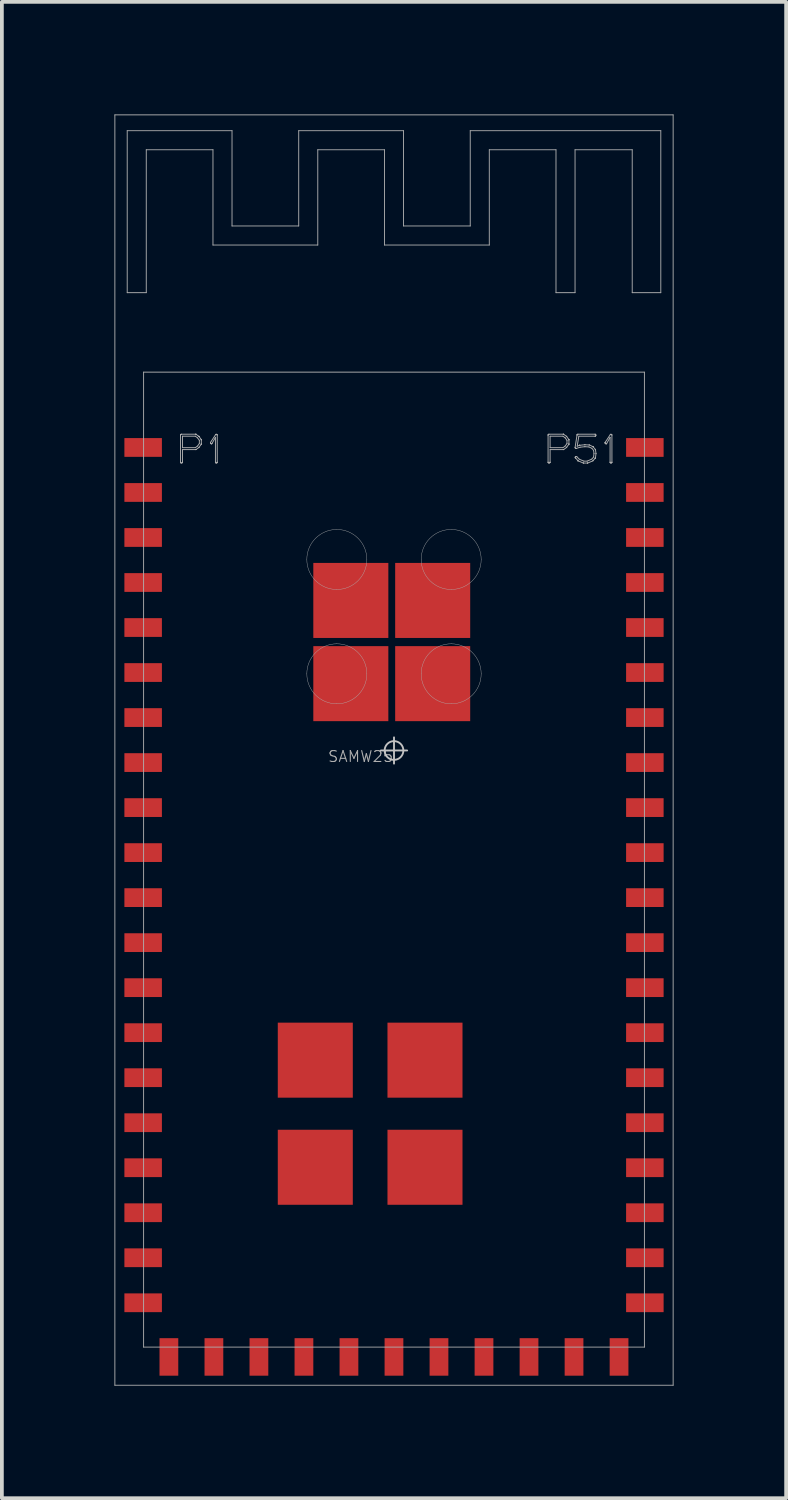
<source format=kicad_pcb>
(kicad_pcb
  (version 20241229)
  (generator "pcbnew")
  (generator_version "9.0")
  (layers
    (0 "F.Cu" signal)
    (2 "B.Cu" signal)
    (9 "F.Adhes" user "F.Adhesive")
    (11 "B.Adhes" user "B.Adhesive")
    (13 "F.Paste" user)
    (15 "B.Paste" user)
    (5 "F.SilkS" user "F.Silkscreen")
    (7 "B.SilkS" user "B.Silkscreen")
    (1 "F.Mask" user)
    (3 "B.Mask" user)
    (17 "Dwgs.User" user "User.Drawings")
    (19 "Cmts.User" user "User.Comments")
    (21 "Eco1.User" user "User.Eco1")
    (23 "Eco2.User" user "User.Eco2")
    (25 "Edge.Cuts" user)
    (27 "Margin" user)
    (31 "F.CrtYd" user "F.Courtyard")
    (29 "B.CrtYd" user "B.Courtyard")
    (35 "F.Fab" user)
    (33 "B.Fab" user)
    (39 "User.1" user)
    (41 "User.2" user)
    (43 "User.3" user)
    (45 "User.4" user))
  (footprint "SAMW25"
    (layer "F.Cu")
    (at 7.453 16.946)
    (property "Reference" "SAMW25" (at 0 0 180) (layer "F.Fab") (effects (font (size 0.29 0.29) (thickness 0.029)) (justify right top)))
    (attr through_hole)
    (fp_line (start 0 -0.34) (end 0 0.36) (stroke (width 0.05) (type solid)) (layer "Dwgs.User"))
    (fp_line (start 0.35 0.01) (end -0.35 0.01) (stroke (width 0.05) (type solid)) (layer "Dwgs.User"))
    (fp_circle (center 0 0.01) (end 0.25 0.01) (stroke (width 0.05) (type solid)) (fill no) (layer "Dwgs.User"))
    (fp_line (start -7.441 -16.934) (end -7.441 16.93) (stroke (width 0.024) (type solid)) (layer "F.Fab"))
    (fp_line (start -7.441 16.93) (end 7.441 16.93) (stroke (width 0.024) (type solid)) (layer "F.Fab"))
    (fp_line (start -7.112 -16.512) (end -4.318 -16.512) (stroke (width 0.024) (type solid)) (layer "F.Fab"))
    (fp_line (start -7.112 -12.194) (end -7.112 -16.512) (stroke (width 0.024) (type solid)) (layer "F.Fab"))
    (fp_line (start -6.675 -10.076) (end -6.675 15.914) (stroke (width 0.024) (type solid)) (layer "F.Fab"))
    (fp_line (start -6.675 15.914) (end 6.675 15.914) (stroke (width 0.024) (type solid)) (layer "F.Fab"))
    (fp_line (start -6.604 -16.004) (end -6.604 -12.194) (stroke (width 0.024) (type solid)) (layer "F.Fab"))
    (fp_line (start -6.604 -12.194) (end -7.112 -12.194) (stroke (width 0.024) (type solid)) (layer "F.Fab"))
    (fp_line (start -5.692 -8.401) (end -5.692 -8.395) (stroke (width 0.025) (type solid)) (layer "F.Fab"))
    (fp_line (start -5.692 -8.395) (end -5.692 -7.678) (stroke (width 0.025) (type solid)) (layer "F.Fab"))
    (fp_line (start -5.692 -7.678) (end -5.692 -7.672) (stroke (width 0.025) (type solid)) (layer "F.Fab"))
    (fp_line (start -5.692 -7.672) (end -5.69 -7.667) (stroke (width 0.025) (type solid)) (layer "F.Fab"))
    (fp_line (start -5.69 -8.405) (end -5.692 -8.401) (stroke (width 0.025) (type solid)) (layer "F.Fab"))
    (fp_line (start -5.69 -7.667) (end -5.688 -7.663) (stroke (width 0.025) (type solid)) (layer "F.Fab"))
    (fp_line (start -5.688 -8.409) (end -5.69 -8.405) (stroke (width 0.025) (type solid)) (layer "F.Fab"))
    (fp_line (start -5.688 -7.663) (end -5.684 -7.659) (stroke (width 0.025) (type solid)) (layer "F.Fab"))
    (fp_line (start -5.684 -8.412) (end -5.688 -8.409) (stroke (width 0.025) (type solid)) (layer "F.Fab"))
    (fp_line (start -5.684 -7.659) (end -5.676 -7.656) (stroke (width 0.025) (type solid)) (layer "F.Fab"))
    (fp_line (start -5.681 -8.416) (end -5.684 -8.412) (stroke (width 0.025) (type solid)) (layer "F.Fab"))
    (fp_line (start -5.677 -8.418) (end -5.681 -8.416) (stroke (width 0.025) (type solid)) (layer "F.Fab"))
    (fp_line (start -5.676 -7.656) (end -5.666 -7.654) (stroke (width 0.025) (type solid)) (layer "F.Fab"))
    (fp_line (start -5.673 -8.42) (end -5.677 -8.418) (stroke (width 0.025) (type solid)) (layer "F.Fab"))
    (fp_line (start -5.666 -8.421) (end -5.673 -8.42) (stroke (width 0.025) (type solid)) (layer "F.Fab"))
    (fp_line (start -5.666 -7.654) (end -5.657 -7.656) (stroke (width 0.025) (type solid)) (layer "F.Fab"))
    (fp_line (start -5.657 -7.656) (end -5.647 -7.66) (stroke (width 0.025) (type solid)) (layer "F.Fab"))
    (fp_line (start -5.647 -7.66) (end -5.644 -7.663) (stroke (width 0.025) (type solid)) (layer "F.Fab"))
    (fp_line (start -5.644 -7.663) (end -5.641 -7.667) (stroke (width 0.025) (type solid)) (layer "F.Fab"))
    (fp_line (start -5.641 -7.667) (end -5.64 -7.672) (stroke (width 0.025) (type solid)) (layer "F.Fab"))
    (fp_line (start -5.64 -7.672) (end -5.639 -7.678) (stroke (width 0.025) (type solid)) (layer "F.Fab"))
    (fp_line (start -5.639 -8.368) (end -5.297 -8.368) (stroke (width 0.025) (type solid)) (layer "F.Fab"))
    (fp_line (start -5.639 -8.062) (end -5.639 -8.368) (stroke (width 0.025) (type solid)) (layer "F.Fab"))
    (fp_line (start -5.639 -8.011) (end -5.289 -8.011) (stroke (width 0.025) (type solid)) (layer "F.Fab"))
    (fp_line (start -5.639 -7.678) (end -5.639 -8.011) (stroke (width 0.025) (type solid)) (layer "F.Fab"))
    (fp_line (start -5.297 -8.368) (end -5.237 -8.324) (stroke (width 0.025) (type solid)) (layer "F.Fab"))
    (fp_line (start -5.297 -8.062) (end -5.639 -8.062) (stroke (width 0.025) (type solid)) (layer "F.Fab"))
    (fp_line (start -5.289 -8.421) (end -5.666 -8.421) (stroke (width 0.025) (type solid)) (layer "F.Fab"))
    (fp_line (start -5.289 -8.011) (end -5.28 -8.011) (stroke (width 0.025) (type solid)) (layer "F.Fab"))
    (fp_line (start -5.285 -8.421) (end -5.289 -8.421) (stroke (width 0.025) (type solid)) (layer "F.Fab"))
    (fp_line (start -5.283 -8.421) (end -5.285 -8.421) (stroke (width 0.025) (type solid)) (layer "F.Fab"))
    (fp_line (start -5.282 -8.011) (end -5.279 -8.012) (stroke (width 0.025) (type solid)) (layer "F.Fab"))
    (fp_line (start -5.281 -8.42) (end -5.283 -8.421) (stroke (width 0.025) (type solid)) (layer "F.Fab"))
    (fp_line (start -5.28 -8.419) (end -5.281 -8.42) (stroke (width 0.025) (type solid)) (layer "F.Fab"))
    (fp_line (start -5.28 -8.011) (end -5.282 -8.011) (stroke (width 0.025) (type solid)) (layer "F.Fab"))
    (fp_line (start -5.279 -8.418) (end -5.28 -8.419) (stroke (width 0.025) (type solid)) (layer "F.Fab"))
    (fp_line (start -5.279 -8.012) (end -5.274 -8.015) (stroke (width 0.025) (type solid)) (layer "F.Fab"))
    (fp_line (start -5.278 -8.418) (end -5.279 -8.418) (stroke (width 0.025) (type solid)) (layer "F.Fab"))
    (fp_line (start -5.274 -8.416) (end -5.278 -8.418) (stroke (width 0.025) (type solid)) (layer "F.Fab"))
    (fp_line (start -5.274 -8.015) (end -5.202 -8.067) (stroke (width 0.025) (type solid)) (layer "F.Fab"))
    (fp_line (start -5.239 -8.104) (end -5.297 -8.062) (stroke (width 0.025) (type solid)) (layer "F.Fab"))
    (fp_line (start -5.237 -8.324) (end -5.189 -8.258) (stroke (width 0.025) (type solid)) (layer "F.Fab"))
    (fp_line (start -5.202 -8.067) (end -5.199 -8.07) (stroke (width 0.025) (type solid)) (layer "F.Fab"))
    (fp_line (start -5.201 -8.364) (end -5.2 -8.365) (stroke (width 0.025) (type solid)) (layer "F.Fab"))
    (fp_line (start -5.2 -8.365) (end -5.198 -8.365) (stroke (width 0.025) (type solid)) (layer "F.Fab"))
    (fp_line (start -5.2 -8.362) (end -5.201 -8.364) (stroke (width 0.025) (type solid)) (layer "F.Fab"))
    (fp_line (start -5.199 -8.07) (end -5.196 -8.075) (stroke (width 0.025) (type solid)) (layer "F.Fab"))
    (fp_line (start -5.198 -8.365) (end -5.198 -8.36) (stroke (width 0.025) (type solid)) (layer "F.Fab"))
    (fp_line (start -5.198 -8.36) (end -5.274 -8.416) (stroke (width 0.025) (type solid)) (layer "F.Fab"))
    (fp_line (start -5.198 -8.36) (end -5.2 -8.362) (stroke (width 0.025) (type solid)) (layer "F.Fab"))
    (fp_line (start -5.196 -8.075) (end -5.139 -8.152) (stroke (width 0.025) (type solid)) (layer "F.Fab"))
    (fp_line (start -5.189 -8.258) (end -5.189 -8.173) (stroke (width 0.025) (type solid)) (layer "F.Fab"))
    (fp_line (start -5.189 -8.173) (end -5.239 -8.104) (stroke (width 0.025) (type solid)) (layer "F.Fab"))
    (fp_line (start -5.139 -8.279) (end -5.198 -8.36) (stroke (width 0.025) (type solid)) (layer "F.Fab"))
    (fp_line (start -5.139 -8.152) (end -5.138 -8.152) (stroke (width 0.025) (type solid)) (layer "F.Fab"))
    (fp_line (start -5.138 -8.278) (end -5.139 -8.279) (stroke (width 0.025) (type solid)) (layer "F.Fab"))
    (fp_line (start -5.138 -8.277) (end -5.138 -8.278) (stroke (width 0.025) (type solid)) (layer "F.Fab"))
    (fp_line (start -5.138 -8.274) (end -5.138 -8.277) (stroke (width 0.025) (type solid)) (layer "F.Fab"))
    (fp_line (start -5.138 -8.157) (end -5.137 -8.159) (stroke (width 0.025) (type solid)) (layer "F.Fab"))
    (fp_line (start -5.138 -8.154) (end -5.138 -8.157) (stroke (width 0.025) (type solid)) (layer "F.Fab"))
    (fp_line (start -5.138 -8.152) (end -5.138 -8.154) (stroke (width 0.025) (type solid)) (layer "F.Fab"))
    (fp_line (start -5.137 -8.271) (end -5.138 -8.274) (stroke (width 0.025) (type solid)) (layer "F.Fab"))
    (fp_line (start -5.137 -8.267) (end -5.137 -8.271) (stroke (width 0.025) (type solid)) (layer "F.Fab"))
    (fp_line (start -5.137 -8.165) (end -5.137 -8.267) (stroke (width 0.025) (type solid)) (layer "F.Fab"))
    (fp_line (start -5.137 -8.159) (end -5.137 -8.165) (stroke (width 0.025) (type solid)) (layer "F.Fab"))
    (fp_line (start -4.893 -8.195) (end -4.893 -8.191) (stroke (width 0.025) (type solid)) (layer "F.Fab"))
    (fp_line (start -4.893 -8.191) (end -4.893 -8.186) (stroke (width 0.025) (type solid)) (layer "F.Fab"))
    (fp_line (start -4.893 -8.186) (end -4.889 -8.178) (stroke (width 0.025) (type solid)) (layer "F.Fab"))
    (fp_line (start -4.892 -8.2) (end -4.893 -8.195) (stroke (width 0.025) (type solid)) (layer "F.Fab"))
    (fp_line (start -4.89 -8.205) (end -4.892 -8.2) (stroke (width 0.025) (type solid)) (layer "F.Fab"))
    (fp_line (start -4.889 -8.178) (end -4.884 -8.172) (stroke (width 0.025) (type solid)) (layer "F.Fab"))
    (fp_line (start -4.884 -8.172) (end -4.876 -8.167) (stroke (width 0.025) (type solid)) (layer "F.Fab"))
    (fp_line (start -4.876 -8.167) (end -4.867 -8.165) (stroke (width 0.025) (type solid)) (layer "F.Fab"))
    (fp_line (start -4.867 -8.165) (end -4.863 -8.165) (stroke (width 0.025) (type solid)) (layer "F.Fab"))
    (fp_line (start -4.863 -8.165) (end -4.858 -8.167) (stroke (width 0.025) (type solid)) (layer "F.Fab"))
    (fp_line (start -4.858 -8.167) (end -4.855 -8.169) (stroke (width 0.025) (type solid)) (layer "F.Fab"))
    (fp_line (start -4.855 -8.169) (end -4.852 -8.172) (stroke (width 0.025) (type solid)) (layer "F.Fab"))
    (fp_line (start -4.852 -8.172) (end -4.76 -8.338) (stroke (width 0.025) (type solid)) (layer "F.Fab"))
    (fp_line (start -4.826 -16.004) (end -6.604 -16.004) (stroke (width 0.024) (type solid)) (layer "F.Fab"))
    (fp_line (start -4.826 -13.464) (end -4.826 -16.004) (stroke (width 0.024) (type solid)) (layer "F.Fab"))
    (fp_line (start -4.76 -8.338) (end -4.76 -7.678) (stroke (width 0.025) (type solid)) (layer "F.Fab"))
    (fp_line (start -4.76 -7.678) (end -4.76 -7.672) (stroke (width 0.025) (type solid)) (layer "F.Fab"))
    (fp_line (start -4.76 -7.672) (end -4.759 -7.667) (stroke (width 0.025) (type solid)) (layer "F.Fab"))
    (fp_line (start -4.759 -7.667) (end -4.756 -7.663) (stroke (width 0.025) (type solid)) (layer "F.Fab"))
    (fp_line (start -4.756 -7.663) (end -4.753 -7.66) (stroke (width 0.025) (type solid)) (layer "F.Fab"))
    (fp_line (start -4.754 -8.412) (end -4.89 -8.205) (stroke (width 0.025) (type solid)) (layer "F.Fab"))
    (fp_line (start -4.753 -7.66) (end -4.745 -7.656) (stroke (width 0.025) (type solid)) (layer "F.Fab"))
    (fp_line (start -4.75 -8.416) (end -4.754 -8.412) (stroke (width 0.025) (type solid)) (layer "F.Fab"))
    (fp_line (start -4.745 -7.656) (end -4.737 -7.654) (stroke (width 0.025) (type solid)) (layer "F.Fab"))
    (fp_line (start -4.744 -8.418) (end -4.75 -8.416) (stroke (width 0.025) (type solid)) (layer "F.Fab"))
    (fp_line (start -4.738 -8.418) (end -4.744 -8.418) (stroke (width 0.025) (type solid)) (layer "F.Fab"))
    (fp_line (start -4.737 -7.654) (end -4.728 -7.656) (stroke (width 0.025) (type solid)) (layer "F.Fab"))
    (fp_line (start -4.732 -8.418) (end -4.738 -8.418) (stroke (width 0.025) (type solid)) (layer "F.Fab"))
    (fp_line (start -4.728 -7.656) (end -4.719 -7.66) (stroke (width 0.025) (type solid)) (layer "F.Fab"))
    (fp_line (start -4.723 -8.416) (end -4.732 -8.418) (stroke (width 0.025) (type solid)) (layer "F.Fab"))
    (fp_line (start -4.719 -7.66) (end -4.716 -7.663) (stroke (width 0.025) (type solid)) (layer "F.Fab"))
    (fp_line (start -4.717 -8.412) (end -4.723 -8.416) (stroke (width 0.025) (type solid)) (layer "F.Fab"))
    (fp_line (start -4.716 -7.663) (end -4.714 -7.668) (stroke (width 0.025) (type solid)) (layer "F.Fab"))
    (fp_line (start -4.714 -7.668) (end -4.712 -7.672) (stroke (width 0.025) (type solid)) (layer "F.Fab"))
    (fp_line (start -4.713 -8.405) (end -4.717 -8.412) (stroke (width 0.025) (type solid)) (layer "F.Fab"))
    (fp_line (start -4.712 -8.395) (end -4.713 -8.405) (stroke (width 0.025) (type solid)) (layer "F.Fab"))
    (fp_line (start -4.712 -7.678) (end -4.712 -8.395) (stroke (width 0.025) (type solid)) (layer "F.Fab"))
    (fp_line (start -4.712 -7.672) (end -4.712 -7.678) (stroke (width 0.025) (type solid)) (layer "F.Fab"))
    (fp_line (start -4.318 -16.512) (end -4.318 -13.972) (stroke (width 0.024) (type solid)) (layer "F.Fab"))
    (fp_line (start -4.318 -13.972) (end -2.54 -13.972) (stroke (width 0.024) (type solid)) (layer "F.Fab"))
    (fp_line (start -2.54 -16.512) (end 0.254 -16.512) (stroke (width 0.024) (type solid)) (layer "F.Fab"))
    (fp_line (start -2.54 -13.972) (end -2.54 -16.512) (stroke (width 0.024) (type solid)) (layer "F.Fab"))
    (fp_line (start -2.032 -16.004) (end -2.032 -13.464) (stroke (width 0.024) (type solid)) (layer "F.Fab"))
    (fp_line (start -2.032 -13.464) (end -4.826 -13.464) (stroke (width 0.024) (type solid)) (layer "F.Fab"))
    (fp_line (start -0.254 -16.004) (end -2.032 -16.004) (stroke (width 0.024) (type solid)) (layer "F.Fab"))
    (fp_line (start -0.254 -13.464) (end -0.254 -16.004) (stroke (width 0.024) (type solid)) (layer "F.Fab"))
    (fp_line (start 0.254 -16.512) (end 0.254 -13.972) (stroke (width 0.024) (type solid)) (layer "F.Fab"))
    (fp_line (start 0.254 -13.972) (end 2.032 -13.972) (stroke (width 0.024) (type solid)) (layer "F.Fab"))
    (fp_line (start 2.032 -16.512) (end 7.112 -16.512) (stroke (width 0.024) (type solid)) (layer "F.Fab"))
    (fp_line (start 2.032 -13.972) (end 2.032 -16.512) (stroke (width 0.024) (type solid)) (layer "F.Fab"))
    (fp_line (start 2.54 -16.004) (end 2.54 -13.464) (stroke (width 0.024) (type solid)) (layer "F.Fab"))
    (fp_line (start 2.54 -13.464) (end -0.254 -13.464) (stroke (width 0.024) (type solid)) (layer "F.Fab"))
    (fp_line (start 4.107 -8.395) (end 4.107 -7.678) (stroke (width 0.025) (type solid)) (layer "F.Fab"))
    (fp_line (start 4.107 -7.678) (end 4.108 -7.672) (stroke (width 0.025) (type solid)) (layer "F.Fab"))
    (fp_line (start 4.108 -8.401) (end 4.107 -8.395) (stroke (width 0.025) (type solid)) (layer "F.Fab"))
    (fp_line (start 4.108 -7.672) (end 4.109 -7.667) (stroke (width 0.025) (type solid)) (layer "F.Fab"))
    (fp_line (start 4.109 -8.405) (end 4.108 -8.401) (stroke (width 0.025) (type solid)) (layer "F.Fab"))
    (fp_line (start 4.109 -7.667) (end 4.112 -7.663) (stroke (width 0.025) (type solid)) (layer "F.Fab"))
    (fp_line (start 4.112 -8.409) (end 4.109 -8.405) (stroke (width 0.025) (type solid)) (layer "F.Fab"))
    (fp_line (start 4.112 -7.663) (end 4.116 -7.659) (stroke (width 0.025) (type solid)) (layer "F.Fab"))
    (fp_line (start 4.116 -8.412) (end 4.112 -8.409) (stroke (width 0.025) (type solid)) (layer "F.Fab"))
    (fp_line (start 4.116 -7.659) (end 4.124 -7.656) (stroke (width 0.025) (type solid)) (layer "F.Fab"))
    (fp_line (start 4.119 -8.416) (end 4.116 -8.412) (stroke (width 0.025) (type solid)) (layer "F.Fab"))
    (fp_line (start 4.122 -8.418) (end 4.119 -8.416) (stroke (width 0.025) (type solid)) (layer "F.Fab"))
    (fp_line (start 4.124 -7.656) (end 4.133 -7.654) (stroke (width 0.025) (type solid)) (layer "F.Fab"))
    (fp_line (start 4.127 -8.42) (end 4.122 -8.418) (stroke (width 0.025) (type solid)) (layer "F.Fab"))
    (fp_line (start 4.133 -8.421) (end 4.127 -8.42) (stroke (width 0.025) (type solid)) (layer "F.Fab"))
    (fp_line (start 4.133 -7.654) (end 4.143 -7.656) (stroke (width 0.025) (type solid)) (layer "F.Fab"))
    (fp_line (start 4.143 -7.656) (end 4.152 -7.66) (stroke (width 0.025) (type solid)) (layer "F.Fab"))
    (fp_line (start 4.152 -7.66) (end 4.155 -7.663) (stroke (width 0.025) (type solid)) (layer "F.Fab"))
    (fp_line (start 4.155 -7.663) (end 4.158 -7.667) (stroke (width 0.025) (type solid)) (layer "F.Fab"))
    (fp_line (start 4.158 -7.667) (end 4.16 -7.672) (stroke (width 0.025) (type solid)) (layer "F.Fab"))
    (fp_line (start 4.16 -7.672) (end 4.161 -7.678) (stroke (width 0.025) (type solid)) (layer "F.Fab"))
    (fp_line (start 4.161 -8.368) (end 4.503 -8.368) (stroke (width 0.025) (type solid)) (layer "F.Fab"))
    (fp_line (start 4.161 -8.062) (end 4.161 -8.368) (stroke (width 0.025) (type solid)) (layer "F.Fab"))
    (fp_line (start 4.161 -8.011) (end 4.51 -8.011) (stroke (width 0.025) (type solid)) (layer "F.Fab"))
    (fp_line (start 4.161 -7.678) (end 4.161 -8.011) (stroke (width 0.025) (type solid)) (layer "F.Fab"))
    (fp_line (start 4.318 -16.004) (end 2.54 -16.004) (stroke (width 0.024) (type solid)) (layer "F.Fab"))
    (fp_line (start 4.318 -12.194) (end 4.318 -16.004) (stroke (width 0.024) (type solid)) (layer "F.Fab"))
    (fp_line (start 4.503 -8.368) (end 4.563 -8.324) (stroke (width 0.025) (type solid)) (layer "F.Fab"))
    (fp_line (start 4.503 -8.062) (end 4.161 -8.062) (stroke (width 0.025) (type solid)) (layer "F.Fab"))
    (fp_line (start 4.51 -8.421) (end 4.133 -8.421) (stroke (width 0.025) (type solid)) (layer "F.Fab"))
    (fp_line (start 4.51 -8.011) (end 4.519 -8.011) (stroke (width 0.025) (type solid)) (layer "F.Fab"))
    (fp_line (start 4.514 -8.421) (end 4.51 -8.421) (stroke (width 0.025) (type solid)) (layer "F.Fab"))
    (fp_line (start 4.516 -8.421) (end 4.514 -8.421) (stroke (width 0.025) (type solid)) (layer "F.Fab"))
    (fp_line (start 4.517 -8.011) (end 4.521 -8.012) (stroke (width 0.025) (type solid)) (layer "F.Fab"))
    (fp_line (start 4.519 -8.42) (end 4.516 -8.421) (stroke (width 0.025) (type solid)) (layer "F.Fab"))
    (fp_line (start 4.519 -8.419) (end 4.519 -8.42) (stroke (width 0.025) (type solid)) (layer "F.Fab"))
    (fp_line (start 4.519 -8.011) (end 4.517 -8.011) (stroke (width 0.025) (type solid)) (layer "F.Fab"))
    (fp_line (start 4.52 -8.418) (end 4.519 -8.419) (stroke (width 0.025) (type solid)) (layer "F.Fab"))
    (fp_line (start 4.521 -8.012) (end 4.526 -8.015) (stroke (width 0.025) (type solid)) (layer "F.Fab"))
    (fp_line (start 4.522 -8.418) (end 4.52 -8.418) (stroke (width 0.025) (type solid)) (layer "F.Fab"))
    (fp_line (start 4.526 -8.416) (end 4.522 -8.418) (stroke (width 0.025) (type solid)) (layer "F.Fab"))
    (fp_line (start 4.526 -8.015) (end 4.598 -8.067) (stroke (width 0.025) (type solid)) (layer "F.Fab"))
    (fp_line (start 4.561 -8.104) (end 4.503 -8.062) (stroke (width 0.025) (type solid)) (layer "F.Fab"))
    (fp_line (start 4.563 -8.324) (end 4.611 -8.258) (stroke (width 0.025) (type solid)) (layer "F.Fab"))
    (fp_line (start 4.598 -8.067) (end 4.601 -8.07) (stroke (width 0.025) (type solid)) (layer "F.Fab"))
    (fp_line (start 4.599 -8.365) (end 4.602 -8.365) (stroke (width 0.025) (type solid)) (layer "F.Fab"))
    (fp_line (start 4.599 -8.364) (end 4.599 -8.365) (stroke (width 0.025) (type solid)) (layer "F.Fab"))
    (fp_line (start 4.599 -8.362) (end 4.599 -8.364) (stroke (width 0.025) (type solid)) (layer "F.Fab"))
    (fp_line (start 4.601 -8.07) (end 4.604 -8.075) (stroke (width 0.025) (type solid)) (layer "F.Fab"))
    (fp_line (start 4.602 -8.365) (end 4.602 -8.36) (stroke (width 0.025) (type solid)) (layer "F.Fab"))
    (fp_line (start 4.602 -8.36) (end 4.526 -8.416) (stroke (width 0.025) (type solid)) (layer "F.Fab"))
    (fp_line (start 4.602 -8.36) (end 4.599 -8.362) (stroke (width 0.025) (type solid)) (layer "F.Fab"))
    (fp_line (start 4.604 -8.075) (end 4.66 -8.152) (stroke (width 0.025) (type solid)) (layer "F.Fab"))
    (fp_line (start 4.611 -8.258) (end 4.611 -8.173) (stroke (width 0.025) (type solid)) (layer "F.Fab"))
    (fp_line (start 4.611 -8.173) (end 4.561 -8.104) (stroke (width 0.025) (type solid)) (layer "F.Fab"))
    (fp_line (start 4.66 -8.279) (end 4.602 -8.36) (stroke (width 0.025) (type solid)) (layer "F.Fab"))
    (fp_line (start 4.66 -8.152) (end 4.661 -8.152) (stroke (width 0.025) (type solid)) (layer "F.Fab"))
    (fp_line (start 4.661 -8.278) (end 4.66 -8.279) (stroke (width 0.025) (type solid)) (layer "F.Fab"))
    (fp_line (start 4.661 -8.152) (end 4.662 -8.154) (stroke (width 0.025) (type solid)) (layer "F.Fab"))
    (fp_line (start 4.662 -8.277) (end 4.661 -8.278) (stroke (width 0.025) (type solid)) (layer "F.Fab"))
    (fp_line (start 4.662 -8.274) (end 4.662 -8.277) (stroke (width 0.025) (type solid)) (layer "F.Fab"))
    (fp_line (start 4.662 -8.157) (end 4.663 -8.159) (stroke (width 0.025) (type solid)) (layer "F.Fab"))
    (fp_line (start 4.662 -8.154) (end 4.662 -8.157) (stroke (width 0.025) (type solid)) (layer "F.Fab"))
    (fp_line (start 4.663 -8.271) (end 4.662 -8.274) (stroke (width 0.025) (type solid)) (layer "F.Fab"))
    (fp_line (start 4.663 -8.267) (end 4.663 -8.271) (stroke (width 0.025) (type solid)) (layer "F.Fab"))
    (fp_line (start 4.663 -8.165) (end 4.663 -8.267) (stroke (width 0.025) (type solid)) (layer "F.Fab"))
    (fp_line (start 4.663 -8.159) (end 4.663 -8.165) (stroke (width 0.025) (type solid)) (layer "F.Fab"))
    (fp_line (start 4.826 -16.004) (end 4.826 -12.194) (stroke (width 0.024) (type solid)) (layer "F.Fab"))
    (fp_line (start 4.826 -12.194) (end 4.318 -12.194) (stroke (width 0.024) (type solid)) (layer "F.Fab"))
    (fp_line (start 4.828 -8.072) (end 4.828 -8.064) (stroke (width 0.025) (type solid)) (layer "F.Fab"))
    (fp_line (start 4.828 -8.064) (end 4.83 -8.058) (stroke (width 0.025) (type solid)) (layer "F.Fab"))
    (fp_line (start 4.83 -8.058) (end 4.833 -8.053) (stroke (width 0.025) (type solid)) (layer "F.Fab"))
    (fp_line (start 4.83 -7.803) (end 4.83 -7.797) (stroke (width 0.025) (type solid)) (layer "F.Fab"))
    (fp_line (start 4.83 -7.797) (end 4.833 -7.792) (stroke (width 0.025) (type solid)) (layer "F.Fab"))
    (fp_line (start 4.832 -7.813) (end 4.83 -7.803) (stroke (width 0.025) (type solid)) (layer "F.Fab"))
    (fp_line (start 4.833 -8.053) (end 4.838 -8.048) (stroke (width 0.025) (type solid)) (layer "F.Fab"))
    (fp_line (start 4.833 -7.792) (end 4.838 -7.787) (stroke (width 0.025) (type solid)) (layer "F.Fab"))
    (fp_line (start 4.837 -7.819) (end 4.832 -7.813) (stroke (width 0.025) (type solid)) (layer "F.Fab"))
    (fp_line (start 4.838 -8.048) (end 4.844 -8.044) (stroke (width 0.025) (type solid)) (layer "F.Fab"))
    (fp_line (start 4.838 -7.787) (end 4.846 -7.781) (stroke (width 0.025) (type solid)) (layer "F.Fab"))
    (fp_line (start 4.844 -8.044) (end 4.85 -8.042) (stroke (width 0.025) (type solid)) (layer "F.Fab"))
    (fp_line (start 4.845 -7.825) (end 4.837 -7.819) (stroke (width 0.025) (type solid)) (layer "F.Fab"))
    (fp_line (start 4.846 -7.781) (end 4.9 -7.718) (stroke (width 0.025) (type solid)) (layer "F.Fab"))
    (fp_line (start 4.85 -8.042) (end 4.857 -8.041) (stroke (width 0.025) (type solid)) (layer "F.Fab"))
    (fp_line (start 4.854 -7.828) (end 4.845 -7.825) (stroke (width 0.025) (type solid)) (layer "F.Fab"))
    (fp_line (start 4.857 -8.041) (end 4.864 -8.043) (stroke (width 0.025) (type solid)) (layer "F.Fab"))
    (fp_line (start 4.859 -7.828) (end 4.854 -7.828) (stroke (width 0.025) (type solid)) (layer "F.Fab"))
    (fp_line (start 4.864 -8.043) (end 4.96 -8.075) (stroke (width 0.025) (type solid)) (layer "F.Fab"))
    (fp_line (start 4.865 -7.827) (end 4.859 -7.828) (stroke (width 0.025) (type solid)) (layer "F.Fab"))
    (fp_line (start 4.869 -7.825) (end 4.865 -7.827) (stroke (width 0.025) (type solid)) (layer "F.Fab"))
    (fp_line (start 4.873 -7.822) (end 4.869 -7.825) (stroke (width 0.025) (type solid)) (layer "F.Fab"))
    (fp_line (start 4.879 -8.402) (end 4.879 -8.399) (stroke (width 0.025) (type solid)) (layer "F.Fab"))
    (fp_line (start 4.879 -8.399) (end 4.828 -8.072) (stroke (width 0.025) (type solid)) (layer "F.Fab"))
    (fp_line (start 4.881 -8.406) (end 4.879 -8.402) (stroke (width 0.025) (type solid)) (layer "F.Fab"))
    (fp_line (start 4.883 -8.409) (end 4.881 -8.406) (stroke (width 0.025) (type solid)) (layer "F.Fab"))
    (fp_line (start 4.883 -8.101) (end 4.927 -8.368) (stroke (width 0.025) (type solid)) (layer "F.Fab"))
    (fp_line (start 4.886 -8.412) (end 4.883 -8.409) (stroke (width 0.025) (type solid)) (layer "F.Fab"))
    (fp_line (start 4.889 -8.416) (end 4.886 -8.412) (stroke (width 0.025) (type solid)) (layer "F.Fab"))
    (fp_line (start 4.894 -8.418) (end 4.889 -8.416) (stroke (width 0.025) (type solid)) (layer "F.Fab"))
    (fp_line (start 4.898 -8.42) (end 4.894 -8.418) (stroke (width 0.025) (type solid)) (layer "F.Fab"))
    (fp_line (start 4.9 -7.718) (end 4.902 -7.714) (stroke (width 0.025) (type solid)) (layer "F.Fab"))
    (fp_line (start 4.902 -7.714) (end 4.904 -7.712) (stroke (width 0.025) (type solid)) (layer "F.Fab"))
    (fp_line (start 4.904 -7.712) (end 4.907 -7.71) (stroke (width 0.025) (type solid)) (layer "F.Fab"))
    (fp_line (start 4.905 -8.421) (end 4.898 -8.42) (stroke (width 0.025) (type solid)) (layer "F.Fab"))
    (fp_line (start 4.907 -7.71) (end 4.91 -7.71) (stroke (width 0.025) (type solid)) (layer "F.Fab"))
    (fp_line (start 4.91 -7.71) (end 5.044 -7.654) (stroke (width 0.025) (type solid)) (layer "F.Fab"))
    (fp_line (start 4.927 -8.368) (end 5.358 -8.368) (stroke (width 0.025) (type solid)) (layer "F.Fab"))
    (fp_line (start 4.937 -7.756) (end 4.873 -7.822) (stroke (width 0.025) (type solid)) (layer "F.Fab"))
    (fp_line (start 4.948 -8.127) (end 4.883 -8.101) (stroke (width 0.025) (type solid)) (layer "F.Fab"))
    (fp_line (start 4.948 -8.127) (end 4.951 -8.127) (stroke (width 0.025) (type solid)) (layer "F.Fab"))
    (fp_line (start 4.949 -8.127) (end 4.948 -8.127) (stroke (width 0.025) (type solid)) (layer "F.Fab"))
    (fp_line (start 4.951 -8.127) (end 4.948 -8.127) (stroke (width 0.025) (type solid)) (layer "F.Fab"))
    (fp_line (start 4.953 -8.127) (end 4.949 -8.127) (stroke (width 0.025) (type solid)) (layer "F.Fab"))
    (fp_line (start 4.96 -8.075) (end 5.088 -8.088) (stroke (width 0.025) (type solid)) (layer "F.Fab"))
    (fp_line (start 5.044 -7.654) (end 5.048 -7.653) (stroke (width 0.025) (type solid)) (layer "F.Fab"))
    (fp_line (start 5.048 -7.653) (end 5.054 -7.652) (stroke (width 0.025) (type solid)) (layer "F.Fab"))
    (fp_line (start 5.054 -7.652) (end 5.055 -7.652) (stroke (width 0.025) (type solid)) (layer "F.Fab"))
    (fp_line (start 5.055 -7.652) (end 5.156 -7.652) (stroke (width 0.025) (type solid)) (layer "F.Fab"))
    (fp_line (start 5.06 -7.704) (end 4.937 -7.756) (stroke (width 0.025) (type solid)) (layer "F.Fab"))
    (fp_line (start 5.086 -8.14) (end 4.953 -8.127) (stroke (width 0.025) (type solid)) (layer "F.Fab"))
    (fp_line (start 5.088 -8.088) (end 5.089 -8.088) (stroke (width 0.025) (type solid)) (layer "F.Fab"))
    (fp_line (start 5.089 -8.14) (end 5.086 -8.14) (stroke (width 0.025) (type solid)) (layer "F.Fab"))
    (fp_line (start 5.089 -8.088) (end 5.196 -8.082) (stroke (width 0.025) (type solid)) (layer "F.Fab"))
    (fp_line (start 5.091 -8.14) (end 5.089 -8.14) (stroke (width 0.025) (type solid)) (layer "F.Fab"))
    (fp_line (start 5.15 -7.704) (end 5.06 -7.704) (stroke (width 0.025) (type solid)) (layer "F.Fab"))
    (fp_line (start 5.156 -7.652) (end 5.158 -7.652) (stroke (width 0.025) (type solid)) (layer "F.Fab"))
    (fp_line (start 5.158 -7.652) (end 5.16 -7.652) (stroke (width 0.025) (type solid)) (layer "F.Fab"))
    (fp_line (start 5.16 -7.652) (end 5.162 -7.653) (stroke (width 0.025) (type solid)) (layer "F.Fab"))
    (fp_line (start 5.162 -7.653) (end 5.165 -7.653) (stroke (width 0.025) (type solid)) (layer "F.Fab"))
    (fp_line (start 5.165 -7.653) (end 5.299 -7.71) (stroke (width 0.025) (type solid)) (layer "F.Fab"))
    (fp_line (start 5.196 -8.082) (end 5.274 -8.045) (stroke (width 0.025) (type solid)) (layer "F.Fab"))
    (fp_line (start 5.198 -8.134) (end 5.091 -8.14) (stroke (width 0.025) (type solid)) (layer "F.Fab"))
    (fp_line (start 5.207 -8.134) (end 5.198 -8.134) (stroke (width 0.025) (type solid)) (layer "F.Fab"))
    (fp_line (start 5.214 -8.133) (end 5.207 -8.134) (stroke (width 0.025) (type solid)) (layer "F.Fab"))
    (fp_line (start 5.272 -7.757) (end 5.15 -7.704) (stroke (width 0.025) (type solid)) (layer "F.Fab"))
    (fp_line (start 5.274 -8.045) (end 5.32 -7.99) (stroke (width 0.025) (type solid)) (layer "F.Fab"))
    (fp_line (start 5.299 -7.71) (end 5.305 -7.714) (stroke (width 0.025) (type solid)) (layer "F.Fab"))
    (fp_line (start 5.301 -8.09) (end 5.214 -8.133) (stroke (width 0.025) (type solid)) (layer "F.Fab"))
    (fp_line (start 5.305 -8.088) (end 5.301 -8.09) (stroke (width 0.025) (type solid)) (layer "F.Fab"))
    (fp_line (start 5.305 -8.088) (end 5.31 -8.088) (stroke (width 0.025) (type solid)) (layer "F.Fab"))
    (fp_line (start 5.305 -7.714) (end 5.308 -7.719) (stroke (width 0.025) (type solid)) (layer "F.Fab"))
    (fp_line (start 5.308 -8.087) (end 5.305 -8.088) (stroke (width 0.025) (type solid)) (layer "F.Fab"))
    (fp_line (start 5.308 -7.719) (end 5.364 -7.785) (stroke (width 0.025) (type solid)) (layer "F.Fab"))
    (fp_line (start 5.31 -8.088) (end 5.31 -8.086) (stroke (width 0.025) (type solid)) (layer "F.Fab"))
    (fp_line (start 5.31 -8.086) (end 5.308 -8.087) (stroke (width 0.025) (type solid)) (layer "F.Fab"))
    (fp_line (start 5.32 -7.99) (end 5.331 -7.906) (stroke (width 0.025) (type solid)) (layer "F.Fab"))
    (fp_line (start 5.32 -7.813) (end 5.272 -7.757) (stroke (width 0.025) (type solid)) (layer "F.Fab"))
    (fp_line (start 5.331 -7.906) (end 5.32 -7.813) (stroke (width 0.025) (type solid)) (layer "F.Fab"))
    (fp_line (start 5.358 -8.421) (end 4.905 -8.421) (stroke (width 0.025) (type solid)) (layer "F.Fab"))
    (fp_line (start 5.358 -8.368) (end 5.363 -8.369) (stroke (width 0.025) (type solid)) (layer "F.Fab"))
    (fp_line (start 5.363 -8.42) (end 5.358 -8.421) (stroke (width 0.025) (type solid)) (layer "F.Fab"))
    (fp_line (start 5.363 -8.369) (end 5.368 -8.37) (stroke (width 0.025) (type solid)) (layer "F.Fab"))
    (fp_line (start 5.364 -7.786) (end 5.365 -7.787) (stroke (width 0.025) (type solid)) (layer "F.Fab"))
    (fp_line (start 5.364 -7.785) (end 5.364 -7.786) (stroke (width 0.025) (type solid)) (layer "F.Fab"))
    (fp_line (start 5.365 -8.016) (end 5.367 -8.015) (stroke (width 0.025) (type solid)) (layer "F.Fab"))
    (fp_line (start 5.365 -7.787) (end 5.367 -7.788) (stroke (width 0.025) (type solid)) (layer "F.Fab"))
    (fp_line (start 5.367 -8.015) (end 5.368 -8.014) (stroke (width 0.025) (type solid)) (layer "F.Fab"))
    (fp_line (start 5.367 -7.788) (end 5.367 -7.787) (stroke (width 0.025) (type solid)) (layer "F.Fab"))
    (fp_line (start 5.367 -7.787) (end 5.368 -7.791) (stroke (width 0.025) (type solid)) (layer "F.Fab"))
    (fp_line (start 5.367 -7.787) (end 5.368 -7.786) (stroke (width 0.025) (type solid)) (layer "F.Fab"))
    (fp_line (start 5.367 -7.785) (end 5.367 -7.787) (stroke (width 0.025) (type solid)) (layer "F.Fab"))
    (fp_line (start 5.368 -8.418) (end 5.363 -8.42) (stroke (width 0.025) (type solid)) (layer "F.Fab"))
    (fp_line (start 5.368 -8.37) (end 5.372 -8.373) (stroke (width 0.025) (type solid)) (layer "F.Fab"))
    (fp_line (start 5.368 -8.014) (end 5.305 -8.088) (stroke (width 0.025) (type solid)) (layer "F.Fab"))
    (fp_line (start 5.368 -7.791) (end 5.371 -7.797) (stroke (width 0.025) (type solid)) (layer "F.Fab"))
    (fp_line (start 5.368 -7.786) (end 5.368 -7.784) (stroke (width 0.025) (type solid)) (layer "F.Fab"))
    (fp_line (start 5.368 -7.784) (end 5.367 -7.785) (stroke (width 0.025) (type solid)) (layer "F.Fab"))
    (fp_line (start 5.369 -8.011) (end 5.365 -8.016) (stroke (width 0.025) (type solid)) (layer "F.Fab"))
    (fp_line (start 5.371 -8.005) (end 5.369 -8.011) (stroke (width 0.025) (type solid)) (layer "F.Fab"))
    (fp_line (start 5.371 -7.797) (end 5.384 -7.904) (stroke (width 0.025) (type solid)) (layer "F.Fab"))
    (fp_line (start 5.372 -8.416) (end 5.368 -8.418) (stroke (width 0.025) (type solid)) (layer "F.Fab"))
    (fp_line (start 5.372 -8.373) (end 5.376 -8.376) (stroke (width 0.025) (type solid)) (layer "F.Fab"))
    (fp_line (start 5.376 -8.412) (end 5.372 -8.416) (stroke (width 0.025) (type solid)) (layer "F.Fab"))
    (fp_line (start 5.376 -8.376) (end 5.38 -8.386) (stroke (width 0.025) (type solid)) (layer "F.Fab"))
    (fp_line (start 5.38 -8.403) (end 5.376 -8.412) (stroke (width 0.025) (type solid)) (layer "F.Fab"))
    (fp_line (start 5.38 -8.386) (end 5.381 -8.394) (stroke (width 0.025) (type solid)) (layer "F.Fab"))
    (fp_line (start 5.381 -8.394) (end 5.38 -8.403) (stroke (width 0.025) (type solid)) (layer "F.Fab"))
    (fp_line (start 5.384 -7.908) (end 5.371 -8.005) (stroke (width 0.025) (type solid)) (layer "F.Fab"))
    (fp_line (start 5.384 -7.904) (end 5.384 -7.908) (stroke (width 0.025) (type solid)) (layer "F.Fab"))
    (fp_line (start 5.627 -8.195) (end 5.627 -8.191) (stroke (width 0.025) (type solid)) (layer "F.Fab"))
    (fp_line (start 5.627 -8.191) (end 5.627 -8.186) (stroke (width 0.025) (type solid)) (layer "F.Fab"))
    (fp_line (start 5.627 -8.186) (end 5.631 -8.178) (stroke (width 0.025) (type solid)) (layer "F.Fab"))
    (fp_line (start 5.628 -8.2) (end 5.627 -8.195) (stroke (width 0.025) (type solid)) (layer "F.Fab"))
    (fp_line (start 5.63 -8.205) (end 5.628 -8.2) (stroke (width 0.025) (type solid)) (layer "F.Fab"))
    (fp_line (start 5.631 -8.178) (end 5.637 -8.172) (stroke (width 0.025) (type solid)) (layer "F.Fab"))
    (fp_line (start 5.637 -8.172) (end 5.644 -8.167) (stroke (width 0.025) (type solid)) (layer "F.Fab"))
    (fp_line (start 5.644 -8.167) (end 5.653 -8.165) (stroke (width 0.025) (type solid)) (layer "F.Fab"))
    (fp_line (start 5.653 -8.165) (end 5.658 -8.165) (stroke (width 0.025) (type solid)) (layer "F.Fab"))
    (fp_line (start 5.658 -8.165) (end 5.662 -8.167) (stroke (width 0.025) (type solid)) (layer "F.Fab"))
    (fp_line (start 5.662 -8.167) (end 5.665 -8.169) (stroke (width 0.025) (type solid)) (layer "F.Fab"))
    (fp_line (start 5.665 -8.169) (end 5.669 -8.172) (stroke (width 0.025) (type solid)) (layer "F.Fab"))
    (fp_line (start 5.669 -8.172) (end 5.76 -8.338) (stroke (width 0.025) (type solid)) (layer "F.Fab"))
    (fp_line (start 5.76 -8.338) (end 5.76 -7.678) (stroke (width 0.025) (type solid)) (layer "F.Fab"))
    (fp_line (start 5.76 -7.678) (end 5.761 -7.672) (stroke (width 0.025) (type solid)) (layer "F.Fab"))
    (fp_line (start 5.761 -7.672) (end 5.762 -7.667) (stroke (width 0.025) (type solid)) (layer "F.Fab"))
    (fp_line (start 5.762 -7.667) (end 5.765 -7.663) (stroke (width 0.025) (type solid)) (layer "F.Fab"))
    (fp_line (start 5.765 -7.663) (end 5.768 -7.66) (stroke (width 0.025) (type solid)) (layer "F.Fab"))
    (fp_line (start 5.766 -8.412) (end 5.63 -8.205) (stroke (width 0.025) (type solid)) (layer "F.Fab"))
    (fp_line (start 5.768 -7.66) (end 5.775 -7.656) (stroke (width 0.025) (type solid)) (layer "F.Fab"))
    (fp_line (start 5.771 -8.416) (end 5.766 -8.412) (stroke (width 0.025) (type solid)) (layer "F.Fab"))
    (fp_line (start 5.775 -7.656) (end 5.784 -7.654) (stroke (width 0.025) (type solid)) (layer "F.Fab"))
    (fp_line (start 5.776 -8.418) (end 5.771 -8.416) (stroke (width 0.025) (type solid)) (layer "F.Fab"))
    (fp_line (start 5.782 -8.418) (end 5.776 -8.418) (stroke (width 0.025) (type solid)) (layer "F.Fab"))
    (fp_line (start 5.784 -7.654) (end 5.793 -7.656) (stroke (width 0.025) (type solid)) (layer "F.Fab"))
    (fp_line (start 5.788 -8.418) (end 5.782 -8.418) (stroke (width 0.025) (type solid)) (layer "F.Fab"))
    (fp_line (start 5.793 -7.656) (end 5.801 -7.66) (stroke (width 0.025) (type solid)) (layer "F.Fab"))
    (fp_line (start 5.797 -8.416) (end 5.788 -8.418) (stroke (width 0.025) (type solid)) (layer "F.Fab"))
    (fp_line (start 5.801 -7.66) (end 5.804 -7.663) (stroke (width 0.025) (type solid)) (layer "F.Fab"))
    (fp_line (start 5.803 -8.412) (end 5.797 -8.416) (stroke (width 0.025) (type solid)) (layer "F.Fab"))
    (fp_line (start 5.804 -7.663) (end 5.806 -7.668) (stroke (width 0.025) (type solid)) (layer "F.Fab"))
    (fp_line (start 5.806 -7.668) (end 5.808 -7.672) (stroke (width 0.025) (type solid)) (layer "F.Fab"))
    (fp_line (start 5.807 -8.405) (end 5.803 -8.412) (stroke (width 0.025) (type solid)) (layer "F.Fab"))
    (fp_line (start 5.808 -7.672) (end 5.809 -7.678) (stroke (width 0.025) (type solid)) (layer "F.Fab"))
    (fp_line (start 5.809 -8.395) (end 5.807 -8.405) (stroke (width 0.025) (type solid)) (layer "F.Fab"))
    (fp_line (start 5.809 -7.678) (end 5.809 -8.395) (stroke (width 0.025) (type solid)) (layer "F.Fab"))
    (fp_line (start 6.35 -16.004) (end 4.826 -16.004) (stroke (width 0.024) (type solid)) (layer "F.Fab"))
    (fp_line (start 6.35 -12.194) (end 6.35 -16.004) (stroke (width 0.024) (type solid)) (layer "F.Fab"))
    (fp_line (start 6.675 -10.076) (end -6.675 -10.076) (stroke (width 0.024) (type solid)) (layer "F.Fab"))
    (fp_line (start 6.675 15.914) (end 6.675 -10.076) (stroke (width 0.024) (type solid)) (layer "F.Fab"))
    (fp_line (start 7.112 -16.512) (end 7.112 -12.194) (stroke (width 0.024) (type solid)) (layer "F.Fab"))
    (fp_line (start 7.112 -12.194) (end 6.35 -12.194) (stroke (width 0.024) (type solid)) (layer "F.Fab"))
    (fp_line (start 7.441 -16.934) (end -7.441 -16.934) (stroke (width 0.024) (type solid)) (layer "F.Fab"))
    (fp_line (start 7.441 16.93) (end 7.441 -16.934) (stroke (width 0.024) (type solid)) (layer "F.Fab"))
    (fp_arc (start -2.324 -5.082) (mid -2.089685 -5.647685) (end -1.524 -5.882) (stroke (width 0.01) (type solid)) (layer "F.Fab"))
    (fp_arc (start -2.324 -2.034) (mid -2.089685 -2.599685) (end -1.524 -2.834) (stroke (width 0.01) (type solid)) (layer "F.Fab"))
    (fp_arc (start -1.524 -5.882) (mid -0.958315 -5.647685) (end -0.724 -5.082) (stroke (width 0.01) (type solid)) (layer "F.Fab"))
    (fp_arc (start -1.524 -4.282) (mid -2.089685 -4.516315) (end -2.324 -5.082) (stroke (width 0.01) (type solid)) (layer "F.Fab"))
    (fp_arc (start -1.524 -2.834) (mid -0.958315 -2.599685) (end -0.724 -2.034) (stroke (width 0.01) (type solid)) (layer "F.Fab"))
    (fp_arc (start -1.524 -1.234) (mid -2.089685 -1.468315) (end -2.324 -2.034) (stroke (width 0.01) (type solid)) (layer "F.Fab"))
    (fp_arc (start -0.724 -5.082) (mid -0.958315 -4.516315) (end -1.524 -4.282) (stroke (width 0.01) (type solid)) (layer "F.Fab"))
    (fp_arc (start -0.724 -2.034) (mid -0.958315 -1.468315) (end -1.524 -1.234) (stroke (width 0.01) (type solid)) (layer "F.Fab"))
    (fp_arc (start 0.724 -5.082) (mid 0.958315 -5.647685) (end 1.524 -5.882) (stroke (width 0.01) (type solid)) (layer "F.Fab"))
    (fp_arc (start 0.724 -2.034) (mid 0.958315 -2.599685) (end 1.524 -2.834) (stroke (width 0.01) (type solid)) (layer "F.Fab"))
    (fp_arc (start 1.524 -5.882) (mid 2.089685 -5.647685) (end 2.324 -5.082) (stroke (width 0.01) (type solid)) (layer "F.Fab"))
    (fp_arc (start 1.524 -4.282) (mid 0.958315 -4.516315) (end 0.724 -5.082) (stroke (width 0.01) (type solid)) (layer "F.Fab"))
    (fp_arc (start 1.524 -2.834) (mid 2.089685 -2.599685) (end 2.324 -2.034) (stroke (width 0.01) (type solid)) (layer "F.Fab"))
    (fp_arc (start 1.524 -1.234) (mid 0.958315 -1.468315) (end 0.724 -2.034) (stroke (width 0.01) (type solid)) (layer "F.Fab"))
    (fp_arc (start 2.324 -5.082) (mid 2.089685 -4.516315) (end 1.524 -4.282) (stroke (width 0.01) (type solid)) (layer "F.Fab"))
    (fp_arc (start 2.324 -2.034) (mid 2.089685 -1.468315) (end 1.524 -1.234) (stroke (width 0.01) (type solid)) (layer "F.Fab"))
    (pad "P1" smd rect (at -6.687 -8.068) (size 1 0.5) (layers "F.Cu" "F.Mask" "F.Paste"))
    (pad "P2" smd rect (at -6.687 -6.868) (size 1 0.5) (layers "F.Cu" "F.Mask" "F.Paste"))
    (pad "P3" smd rect (at -6.687 -5.668) (size 1 0.5) (layers "F.Cu" "F.Mask" "F.Paste"))
    (pad "P4" smd rect (at -6.687 -4.468) (size 1 0.5) (layers "F.Cu" "F.Mask" "F.Paste"))
    (pad "P5" smd rect (at -6.687 -3.268) (size 1 0.5) (layers "F.Cu" "F.Mask" "F.Paste"))
    (pad "P6" smd rect (at -6.687 -2.068) (size 1 0.5) (layers "F.Cu" "F.Mask" "F.Paste"))
    (pad "P7" smd rect (at -6.687 -0.868) (size 1 0.5) (layers "F.Cu" "F.Mask" "F.Paste"))
    (pad "P8" smd rect (at -6.687 0.332) (size 1 0.5) (layers "F.Cu" "F.Mask" "F.Paste"))
    (pad "P9" smd rect (at -6.687 1.532) (size 1 0.5) (layers "F.Cu" "F.Mask" "F.Paste"))
    (pad "P10" smd rect (at -6.687 2.732) (size 1 0.5) (layers "F.Cu" "F.Mask" "F.Paste"))
    (pad "P11" smd rect (at -6.687 3.932) (size 1 0.5) (layers "F.Cu" "F.Mask" "F.Paste"))
    (pad "P12" smd rect (at -6.687 5.132) (size 1 0.5) (layers "F.Cu" "F.Mask" "F.Paste"))
    (pad "P13" smd rect (at -6.687 6.332) (size 1 0.5) (layers "F.Cu" "F.Mask" "F.Paste"))
    (pad "P14" smd rect (at -6.687 7.532) (size 1 0.5) (layers "F.Cu" "F.Mask" "F.Paste"))
    (pad "P15" smd rect (at -6.687 8.732) (size 1 0.5) (layers "F.Cu" "F.Mask" "F.Paste"))
    (pad "P16" smd rect (at -6.687 9.932) (size 1 0.5) (layers "F.Cu" "F.Mask" "F.Paste"))
    (pad "P17" smd rect (at -6.687 11.132) (size 1 0.5) (layers "F.Cu" "F.Mask" "F.Paste"))
    (pad "P18" smd rect (at -6.687 12.332) (size 1 0.5) (layers "F.Cu" "F.Mask" "F.Paste"))
    (pad "P19" smd rect (at -6.687 13.532) (size 1 0.5) (layers "F.Cu" "F.Mask" "F.Paste"))
    (pad "P20" smd rect (at -6.687 14.732) (size 1 0.5) (layers "F.Cu" "F.Mask" "F.Paste"))
    (pad "P21" smd rect (at -6.001 16.176) (size 0.5 1) (layers "F.Cu" "F.Mask" "F.Paste"))
    (pad "P22" smd rect (at -4.801 16.176) (size 0.5 1) (layers "F.Cu" "F.Mask" "F.Paste"))
    (pad "P23" smd rect (at -3.601 16.176) (size 0.5 1) (layers "F.Cu" "F.Mask" "F.Paste"))
    (pad "P24" smd rect (at -2.401 16.176) (size 0.5 1) (layers "F.Cu" "F.Mask" "F.Paste"))
    (pad "P25" smd rect (at -1.201 16.176) (size 0.5 1) (layers "F.Cu" "F.Mask" "F.Paste"))
    (pad "P26" smd rect (at -0.001 16.176) (size 0.5 1) (layers "F.Cu" "F.Mask" "F.Paste"))
    (pad "P27" smd rect (at 1.199 16.176) (size 0.5 1) (layers "F.Cu" "F.Mask" "F.Paste"))
    (pad "P28" smd rect (at 2.399 16.176) (size 0.5 1) (layers "F.Cu" "F.Mask" "F.Paste"))
    (pad "P29" smd rect (at 3.599 16.176) (size 0.5 1) (layers "F.Cu" "F.Mask" "F.Paste"))
    (pad "P30" smd rect (at 4.799 16.176) (size 0.5 1) (layers "F.Cu" "F.Mask" "F.Paste"))
    (pad "P31" smd rect (at 5.999 16.176) (size 0.5 1) (layers "F.Cu" "F.Mask" "F.Paste"))
    (pad "P32" smd rect (at 6.687 14.732) (size 1 0.5) (layers "F.Cu" "F.Mask" "F.Paste"))
    (pad "P33" smd rect (at 6.687 13.532) (size 1 0.5) (layers "F.Cu" "F.Mask" "F.Paste"))
    (pad "P34" smd rect (at 6.687 12.332) (size 1 0.5) (layers "F.Cu" "F.Mask" "F.Paste"))
    (pad "P35" smd rect (at 6.687 11.132) (size 1 0.5) (layers "F.Cu" "F.Mask" "F.Paste"))
    (pad "P36" smd rect (at 6.687 9.932) (size 1 0.5) (layers "F.Cu" "F.Mask" "F.Paste"))
    (pad "P37" smd rect (at 6.687 8.732) (size 1 0.5) (layers "F.Cu" "F.Mask" "F.Paste"))
    (pad "P38" smd rect (at 6.687 7.532) (size 1 0.5) (layers "F.Cu" "F.Mask" "F.Paste"))
    (pad "P39" smd rect (at 6.687 6.332) (size 1 0.5) (layers "F.Cu" "F.Mask" "F.Paste"))
    (pad "P40" smd rect (at 6.687 5.132) (size 1 0.5) (layers "F.Cu" "F.Mask" "F.Paste"))
    (pad "P41" smd rect (at 6.687 3.932) (size 1 0.5) (layers "F.Cu" "F.Mask" "F.Paste"))
    (pad "P42" smd rect (at 6.687 2.732) (size 1 0.5) (layers "F.Cu" "F.Mask" "F.Paste"))
    (pad "P43" smd rect (at 6.687 1.532) (size 1 0.5) (layers "F.Cu" "F.Mask" "F.Paste"))
    (pad "P44" smd rect (at 6.687 0.332) (size 1 0.5) (layers "F.Cu" "F.Mask" "F.Paste"))
    (pad "P45" smd rect (at 6.687 -0.868) (size 1 0.5) (layers "F.Cu" "F.Mask" "F.Paste"))
    (pad "P46" smd rect (at 6.687 -2.068) (size 1 0.5) (layers "F.Cu" "F.Mask" "F.Paste"))
    (pad "P47" smd rect (at 6.687 -3.268) (size 1 0.5) (layers "F.Cu" "F.Mask" "F.Paste"))
    (pad "P48" smd rect (at 6.687 -4.468) (size 1 0.5) (layers "F.Cu" "F.Mask" "F.Paste"))
    (pad "P49" smd rect (at 6.687 -5.668) (size 1 0.5) (layers "F.Cu" "F.Mask" "F.Paste"))
    (pad "P50" smd rect (at 6.687 -6.868) (size 1 0.5) (layers "F.Cu" "F.Mask" "F.Paste"))
    (pad "P51" smd rect (at 6.687 -8.068) (size 1 0.5) (layers "F.Cu" "F.Mask" "F.Paste"))
    (pad "P52" smd rect (at -1.151 -3.99) (size 2 2) (layers "F.Cu" "F.Mask" "F.Paste"))
    (pad "P53" smd rect (at 1.031 -3.99) (size 2 2) (layers "F.Cu" "F.Mask" "F.Paste"))
    (pad "P54" smd rect (at -1.151 -1.772) (size 2 2) (layers "F.Cu" "F.Mask" "F.Paste"))
    (pad "P55" smd rect (at 1.031 -1.772) (size 2 2) (layers "F.Cu" "F.Mask" "F.Paste"))
    (pad "P56" smd rect (at -2.098 8.265) (size 2 2) (layers "F.Cu" "F.Mask" "F.Paste"))
    (pad "P57" smd rect (at 0.826 8.265) (size 2 2) (layers "F.Cu" "F.Mask" "F.Paste"))
    (pad "P58" smd rect (at -2.098 11.12) (size 2 2) (layers "F.Cu" "F.Mask" "F.Paste"))
    (pad "P59" smd rect (at 0.826 11.12) (size 2 2) (layers "F.Cu" "F.Mask" "F.Paste")))
  (gr_rect
    (start -3 -3)
    (end 17.906 36.888)
    (stroke (width 0.1) (type default))
    (fill no)
    (layer "Edge.Cuts")))
</source>
